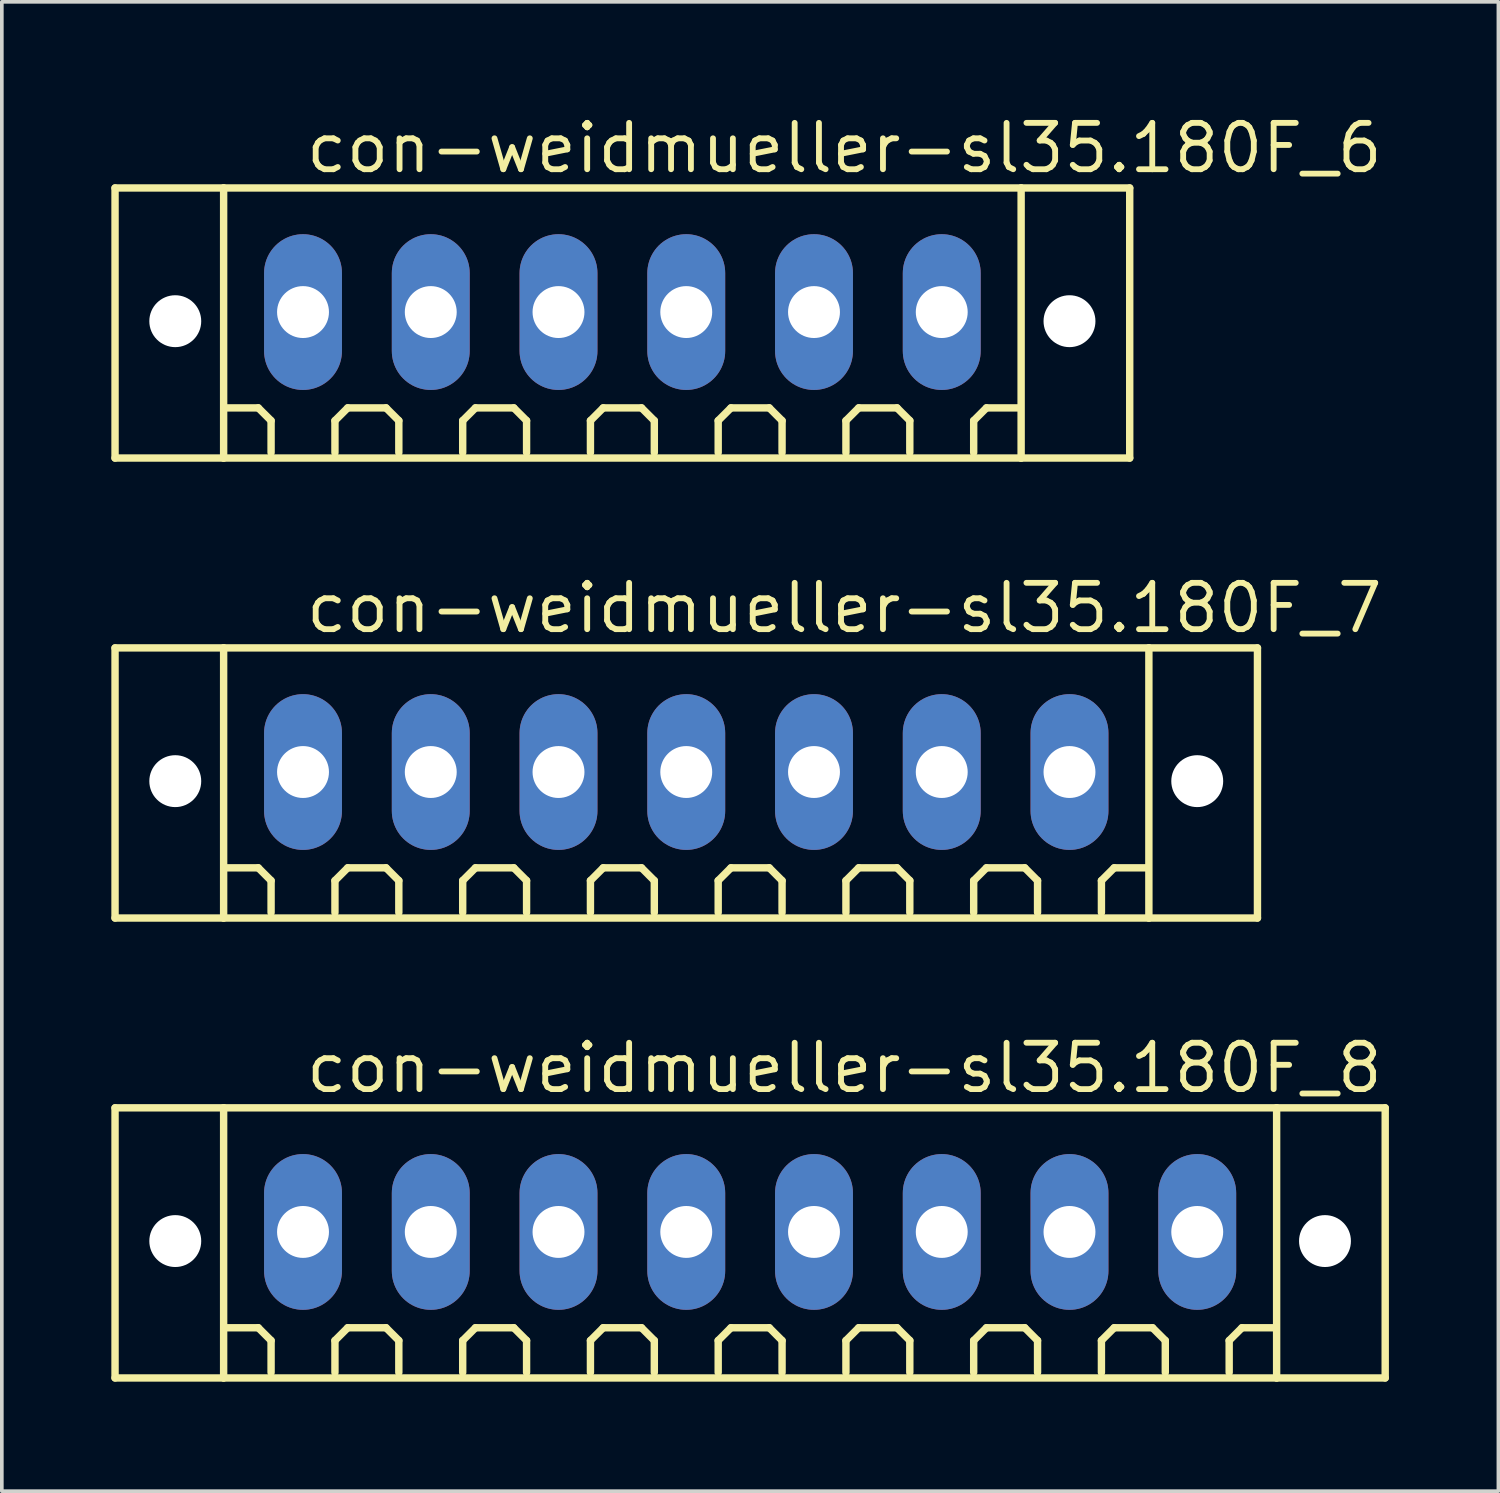
<source format=kicad_pcb>
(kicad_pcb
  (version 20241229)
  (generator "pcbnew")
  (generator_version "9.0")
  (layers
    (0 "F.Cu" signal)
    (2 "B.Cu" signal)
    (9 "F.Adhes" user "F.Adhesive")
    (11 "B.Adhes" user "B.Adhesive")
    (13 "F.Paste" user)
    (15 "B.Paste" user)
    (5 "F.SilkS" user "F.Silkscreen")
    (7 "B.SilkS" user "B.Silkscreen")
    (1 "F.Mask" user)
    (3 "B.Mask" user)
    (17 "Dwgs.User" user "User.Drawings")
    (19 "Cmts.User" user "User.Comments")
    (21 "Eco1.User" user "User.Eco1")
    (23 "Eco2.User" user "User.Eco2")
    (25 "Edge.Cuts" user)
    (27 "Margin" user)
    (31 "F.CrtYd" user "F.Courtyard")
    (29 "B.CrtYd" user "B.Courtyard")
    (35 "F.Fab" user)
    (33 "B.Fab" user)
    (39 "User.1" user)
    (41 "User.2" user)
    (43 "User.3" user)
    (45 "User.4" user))
  (footprint "con-weidmueller-sl35.180F_6"
    (layer "F.Cu")
    (at 14.002 5.5)
    (property "Reference" "con-weidmueller-sl35.180F_6" (at -8.75 -3.75 0) (layer "F.SilkS") (effects (font (size 1.27 1.27) (thickness 0.16)) (justify left bottom)))
    (attr through_hole)
    (fp_line (start -13.9 -3.4) (end -10.925 -3.4) (stroke (width 0.203) (type default)) (layer "F.SilkS"))
    (fp_line (start -13.9 4) (end -13.9 -3.4) (stroke (width 0.203) (type default)) (layer "F.SilkS"))
    (fp_line (start -10.925 -3.4) (end 10.925 -3.4) (stroke (width 0.203) (type default)) (layer "F.SilkS"))
    (fp_line (start -10.925 4) (end -13.9 4) (stroke (width 0.203) (type default)) (layer "F.SilkS"))
    (fp_line (start -10.925 4) (end -10.925 -3.4) (stroke (width 0.203) (type default)) (layer "F.SilkS"))
    (fp_line (start -9.975 2.625) (end -10.85 2.625) (stroke (width 0.203) (type default)) (layer "F.SilkS"))
    (fp_line (start -9.625 2.975) (end -9.975 2.625) (stroke (width 0.203) (type default)) (layer "F.SilkS"))
    (fp_line (start -9.625 3.85) (end -9.625 2.975) (stroke (width 0.203) (type default)) (layer "F.SilkS"))
    (fp_line (start -7.875 2.975) (end -7.525 2.625) (stroke (width 0.203) (type default)) (layer "F.SilkS"))
    (fp_line (start -7.875 3.85) (end -7.875 2.975) (stroke (width 0.203) (type default)) (layer "F.SilkS"))
    (fp_line (start -7.525 2.625) (end -6.475 2.625) (stroke (width 0.203) (type default)) (layer "F.SilkS"))
    (fp_line (start -6.475 2.625) (end -6.125 2.975) (stroke (width 0.203) (type default)) (layer "F.SilkS"))
    (fp_line (start -6.125 2.975) (end -6.125 3.85) (stroke (width 0.203) (type default)) (layer "F.SilkS"))
    (fp_line (start -4.375 2.975) (end -4.025 2.625) (stroke (width 0.203) (type default)) (layer "F.SilkS"))
    (fp_line (start -4.375 3.85) (end -4.375 2.975) (stroke (width 0.203) (type default)) (layer "F.SilkS"))
    (fp_line (start -4.025 2.625) (end -2.975 2.625) (stroke (width 0.203) (type default)) (layer "F.SilkS"))
    (fp_line (start -2.975 2.625) (end -2.625 2.975) (stroke (width 0.203) (type default)) (layer "F.SilkS"))
    (fp_line (start -2.625 2.975) (end -2.625 3.85) (stroke (width 0.203) (type default)) (layer "F.SilkS"))
    (fp_line (start -0.875 2.975) (end -0.525 2.625) (stroke (width 0.203) (type default)) (layer "F.SilkS"))
    (fp_line (start -0.875 3.85) (end -0.875 2.975) (stroke (width 0.203) (type default)) (layer "F.SilkS"))
    (fp_line (start -0.525 2.625) (end 0.525 2.625) (stroke (width 0.203) (type default)) (layer "F.SilkS"))
    (fp_line (start 0.525 2.625) (end 0.875 2.975) (stroke (width 0.203) (type default)) (layer "F.SilkS"))
    (fp_line (start 0.875 2.975) (end 0.875 3.85) (stroke (width 0.203) (type default)) (layer "F.SilkS"))
    (fp_line (start 2.625 2.975) (end 2.975 2.625) (stroke (width 0.203) (type default)) (layer "F.SilkS"))
    (fp_line (start 2.625 3.85) (end 2.625 2.975) (stroke (width 0.203) (type default)) (layer "F.SilkS"))
    (fp_line (start 2.975 2.625) (end 4.025 2.625) (stroke (width 0.203) (type default)) (layer "F.SilkS"))
    (fp_line (start 4.025 2.625) (end 4.375 2.975) (stroke (width 0.203) (type default)) (layer "F.SilkS"))
    (fp_line (start 4.375 2.975) (end 4.375 3.85) (stroke (width 0.203) (type default)) (layer "F.SilkS"))
    (fp_line (start 6.125 2.975) (end 6.475 2.625) (stroke (width 0.203) (type default)) (layer "F.SilkS"))
    (fp_line (start 6.125 3.85) (end 6.125 2.975) (stroke (width 0.203) (type default)) (layer "F.SilkS"))
    (fp_line (start 6.475 2.625) (end 7.525 2.625) (stroke (width 0.203) (type default)) (layer "F.SilkS"))
    (fp_line (start 7.525 2.625) (end 7.875 2.975) (stroke (width 0.203) (type default)) (layer "F.SilkS"))
    (fp_line (start 7.875 2.975) (end 7.875 3.85) (stroke (width 0.203) (type default)) (layer "F.SilkS"))
    (fp_line (start 9.625 2.975) (end 9.975 2.625) (stroke (width 0.203) (type default)) (layer "F.SilkS"))
    (fp_line (start 9.625 3.85) (end 9.625 2.975) (stroke (width 0.203) (type default)) (layer "F.SilkS"))
    (fp_line (start 9.975 2.625) (end 10.85 2.625) (stroke (width 0.203) (type default)) (layer "F.SilkS"))
    (fp_line (start 10.925 -3.4) (end 10.925 4) (stroke (width 0.203) (type default)) (layer "F.SilkS"))
    (fp_line (start 10.925 -3.4) (end 13.9 -3.4) (stroke (width 0.203) (type default)) (layer "F.SilkS"))
    (fp_line (start 10.925 4) (end -10.925 4) (stroke (width 0.203) (type default)) (layer "F.SilkS"))
    (fp_line (start 13.9 -3.4) (end 13.9 4) (stroke (width 0.203) (type default)) (layer "F.SilkS"))
    (fp_line (start 13.9 4) (end 10.925 4) (stroke (width 0.203) (type default)) (layer "F.SilkS"))
    (pad "" np_thru_hole circle (at -12.25 0.25) (size 1.422 1.422) (drill 1.422) (layers "*.Cu" "*.Mask"))
    (pad "" np_thru_hole circle (at 12.25 0.25) (size 1.422 1.422) (drill 1.422) (layers "*.Cu" "*.Mask"))
    (pad "1" thru_hole oval (at -8.75 0 90) (size 4.267 2.134) (drill 1.422) (layers "*.Cu" "*.Mask"))
    (pad "2" thru_hole oval (at -5.25 0 90) (size 4.267 2.134) (drill 1.422) (layers "*.Cu" "*.Mask"))
    (pad "3" thru_hole oval (at -1.75 0 90) (size 4.267 2.134) (drill 1.422) (layers "*.Cu" "*.Mask"))
    (pad "4" thru_hole oval (at 1.75 0 90) (size 4.267 2.134) (drill 1.422) (layers "*.Cu" "*.Mask"))
    (pad "5" thru_hole oval (at 5.25 0 90) (size 4.267 2.134) (drill 1.422) (layers "*.Cu" "*.Mask"))
    (pad "6" thru_hole oval (at 8.75 0 90) (size 4.267 2.134) (drill 1.422) (layers "*.Cu" "*.Mask")))
  (footprint "con-weidmueller-sl35.180F_7"
    (layer "F.Cu")
    (at 15.752 18.102)
    (property "Reference" "con-weidmueller-sl35.180F_7" (at -10.5 -3.75 0) (layer "F.SilkS") (effects (font (size 1.27 1.27) (thickness 0.16)) (justify left bottom)))
    (attr through_hole)
    (fp_line (start -15.65 -3.4) (end -12.675 -3.4) (stroke (width 0.203) (type default)) (layer "F.SilkS"))
    (fp_line (start -15.65 4) (end -15.65 -3.4) (stroke (width 0.203) (type default)) (layer "F.SilkS"))
    (fp_line (start -12.675 -3.4) (end 12.675 -3.4) (stroke (width 0.203) (type default)) (layer "F.SilkS"))
    (fp_line (start -12.675 4) (end -15.65 4) (stroke (width 0.203) (type default)) (layer "F.SilkS"))
    (fp_line (start -12.675 4) (end -12.675 -3.4) (stroke (width 0.203) (type default)) (layer "F.SilkS"))
    (fp_line (start -11.725 2.625) (end -12.6 2.625) (stroke (width 0.203) (type default)) (layer "F.SilkS"))
    (fp_line (start -11.375 2.975) (end -11.725 2.625) (stroke (width 0.203) (type default)) (layer "F.SilkS"))
    (fp_line (start -11.375 3.85) (end -11.375 2.975) (stroke (width 0.203) (type default)) (layer "F.SilkS"))
    (fp_line (start -9.625 2.975) (end -9.275 2.625) (stroke (width 0.203) (type default)) (layer "F.SilkS"))
    (fp_line (start -9.625 3.85) (end -9.625 2.975) (stroke (width 0.203) (type default)) (layer "F.SilkS"))
    (fp_line (start -9.275 2.625) (end -8.225 2.625) (stroke (width 0.203) (type default)) (layer "F.SilkS"))
    (fp_line (start -8.225 2.625) (end -7.875 2.975) (stroke (width 0.203) (type default)) (layer "F.SilkS"))
    (fp_line (start -7.875 2.975) (end -7.875 3.85) (stroke (width 0.203) (type default)) (layer "F.SilkS"))
    (fp_line (start -6.125 2.975) (end -5.775 2.625) (stroke (width 0.203) (type default)) (layer "F.SilkS"))
    (fp_line (start -6.125 3.85) (end -6.125 2.975) (stroke (width 0.203) (type default)) (layer "F.SilkS"))
    (fp_line (start -5.775 2.625) (end -4.725 2.625) (stroke (width 0.203) (type default)) (layer "F.SilkS"))
    (fp_line (start -4.725 2.625) (end -4.375 2.975) (stroke (width 0.203) (type default)) (layer "F.SilkS"))
    (fp_line (start -4.375 2.975) (end -4.375 3.85) (stroke (width 0.203) (type default)) (layer "F.SilkS"))
    (fp_line (start -2.625 2.975) (end -2.275 2.625) (stroke (width 0.203) (type default)) (layer "F.SilkS"))
    (fp_line (start -2.625 3.85) (end -2.625 2.975) (stroke (width 0.203) (type default)) (layer "F.SilkS"))
    (fp_line (start -2.275 2.625) (end -1.225 2.625) (stroke (width 0.203) (type default)) (layer "F.SilkS"))
    (fp_line (start -1.225 2.625) (end -0.875 2.975) (stroke (width 0.203) (type default)) (layer "F.SilkS"))
    (fp_line (start -0.875 2.975) (end -0.875 3.85) (stroke (width 0.203) (type default)) (layer "F.SilkS"))
    (fp_line (start 0.875 2.975) (end 1.225 2.625) (stroke (width 0.203) (type default)) (layer "F.SilkS"))
    (fp_line (start 0.875 3.85) (end 0.875 2.975) (stroke (width 0.203) (type default)) (layer "F.SilkS"))
    (fp_line (start 1.225 2.625) (end 2.275 2.625) (stroke (width 0.203) (type default)) (layer "F.SilkS"))
    (fp_line (start 2.275 2.625) (end 2.625 2.975) (stroke (width 0.203) (type default)) (layer "F.SilkS"))
    (fp_line (start 2.625 2.975) (end 2.625 3.85) (stroke (width 0.203) (type default)) (layer "F.SilkS"))
    (fp_line (start 4.375 2.975) (end 4.725 2.625) (stroke (width 0.203) (type default)) (layer "F.SilkS"))
    (fp_line (start 4.375 3.85) (end 4.375 2.975) (stroke (width 0.203) (type default)) (layer "F.SilkS"))
    (fp_line (start 4.725 2.625) (end 5.775 2.625) (stroke (width 0.203) (type default)) (layer "F.SilkS"))
    (fp_line (start 5.775 2.625) (end 6.125 2.975) (stroke (width 0.203) (type default)) (layer "F.SilkS"))
    (fp_line (start 6.125 2.975) (end 6.125 3.85) (stroke (width 0.203) (type default)) (layer "F.SilkS"))
    (fp_line (start 7.875 2.975) (end 8.225 2.625) (stroke (width 0.203) (type default)) (layer "F.SilkS"))
    (fp_line (start 7.875 3.85) (end 7.875 2.975) (stroke (width 0.203) (type default)) (layer "F.SilkS"))
    (fp_line (start 8.225 2.625) (end 9.275 2.625) (stroke (width 0.203) (type default)) (layer "F.SilkS"))
    (fp_line (start 9.275 2.625) (end 9.625 2.975) (stroke (width 0.203) (type default)) (layer "F.SilkS"))
    (fp_line (start 9.625 2.975) (end 9.625 3.85) (stroke (width 0.203) (type default)) (layer "F.SilkS"))
    (fp_line (start 11.375 2.975) (end 11.725 2.625) (stroke (width 0.203) (type default)) (layer "F.SilkS"))
    (fp_line (start 11.375 3.85) (end 11.375 2.975) (stroke (width 0.203) (type default)) (layer "F.SilkS"))
    (fp_line (start 11.725 2.625) (end 12.6 2.625) (stroke (width 0.203) (type default)) (layer "F.SilkS"))
    (fp_line (start 12.675 -3.4) (end 12.675 4) (stroke (width 0.203) (type default)) (layer "F.SilkS"))
    (fp_line (start 12.675 -3.4) (end 15.65 -3.4) (stroke (width 0.203) (type default)) (layer "F.SilkS"))
    (fp_line (start 12.675 4) (end -12.675 4) (stroke (width 0.203) (type default)) (layer "F.SilkS"))
    (fp_line (start 15.65 -3.4) (end 15.65 4) (stroke (width 0.203) (type default)) (layer "F.SilkS"))
    (fp_line (start 15.65 4) (end 12.675 4) (stroke (width 0.203) (type default)) (layer "F.SilkS"))
    (pad "" np_thru_hole circle (at -14 0.25) (size 1.422 1.422) (drill 1.422) (layers "*.Cu" "*.Mask"))
    (pad "" np_thru_hole circle (at 14 0.25) (size 1.422 1.422) (drill 1.422) (layers "*.Cu" "*.Mask"))
    (pad "1" thru_hole oval (at -10.5 0 90) (size 4.267 2.134) (drill 1.422) (layers "*.Cu" "*.Mask"))
    (pad "2" thru_hole oval (at -7 0 90) (size 4.267 2.134) (drill 1.422) (layers "*.Cu" "*.Mask"))
    (pad "3" thru_hole oval (at -3.5 0 90) (size 4.267 2.134) (drill 1.422) (layers "*.Cu" "*.Mask"))
    (pad "4" thru_hole oval (at 0 0 90) (size 4.267 2.134) (drill 1.422) (layers "*.Cu" "*.Mask"))
    (pad "5" thru_hole oval (at 3.5 0 90) (size 4.267 2.134) (drill 1.422) (layers "*.Cu" "*.Mask"))
    (pad "6" thru_hole oval (at 7 0 90) (size 4.267 2.134) (drill 1.422) (layers "*.Cu" "*.Mask"))
    (pad "7" thru_hole oval (at 10.5 0 90) (size 4.267 2.134) (drill 1.422) (layers "*.Cu" "*.Mask")))
  (footprint "con-weidmueller-sl35.180F_8"
    (layer "F.Cu")
    (at 17.502 30.703)
    (property "Reference" "con-weidmueller-sl35.180F_8" (at -12.25 -3.75 0) (layer "F.SilkS") (effects (font (size 1.27 1.27) (thickness 0.16)) (justify left bottom)))
    (attr through_hole)
    (fp_line (start -17.4 -3.4) (end -14.425 -3.4) (stroke (width 0.203) (type default)) (layer "F.SilkS"))
    (fp_line (start -17.4 4) (end -17.4 -3.4) (stroke (width 0.203) (type default)) (layer "F.SilkS"))
    (fp_line (start -14.425 -3.4) (end 14.425 -3.4) (stroke (width 0.203) (type default)) (layer "F.SilkS"))
    (fp_line (start -14.425 4) (end -17.4 4) (stroke (width 0.203) (type default)) (layer "F.SilkS"))
    (fp_line (start -14.425 4) (end -14.425 -3.4) (stroke (width 0.203) (type default)) (layer "F.SilkS"))
    (fp_line (start -13.475 2.625) (end -14.35 2.625) (stroke (width 0.203) (type default)) (layer "F.SilkS"))
    (fp_line (start -13.125 2.975) (end -13.475 2.625) (stroke (width 0.203) (type default)) (layer "F.SilkS"))
    (fp_line (start -13.125 3.85) (end -13.125 2.975) (stroke (width 0.203) (type default)) (layer "F.SilkS"))
    (fp_line (start -11.375 2.975) (end -11.025 2.625) (stroke (width 0.203) (type default)) (layer "F.SilkS"))
    (fp_line (start -11.375 3.85) (end -11.375 2.975) (stroke (width 0.203) (type default)) (layer "F.SilkS"))
    (fp_line (start -11.025 2.625) (end -9.975 2.625) (stroke (width 0.203) (type default)) (layer "F.SilkS"))
    (fp_line (start -9.975 2.625) (end -9.625 2.975) (stroke (width 0.203) (type default)) (layer "F.SilkS"))
    (fp_line (start -9.625 2.975) (end -9.625 3.85) (stroke (width 0.203) (type default)) (layer "F.SilkS"))
    (fp_line (start -7.875 2.975) (end -7.525 2.625) (stroke (width 0.203) (type default)) (layer "F.SilkS"))
    (fp_line (start -7.875 3.85) (end -7.875 2.975) (stroke (width 0.203) (type default)) (layer "F.SilkS"))
    (fp_line (start -7.525 2.625) (end -6.475 2.625) (stroke (width 0.203) (type default)) (layer "F.SilkS"))
    (fp_line (start -6.475 2.625) (end -6.125 2.975) (stroke (width 0.203) (type default)) (layer "F.SilkS"))
    (fp_line (start -6.125 2.975) (end -6.125 3.85) (stroke (width 0.203) (type default)) (layer "F.SilkS"))
    (fp_line (start -4.375 2.975) (end -4.025 2.625) (stroke (width 0.203) (type default)) (layer "F.SilkS"))
    (fp_line (start -4.375 3.85) (end -4.375 2.975) (stroke (width 0.203) (type default)) (layer "F.SilkS"))
    (fp_line (start -4.025 2.625) (end -2.975 2.625) (stroke (width 0.203) (type default)) (layer "F.SilkS"))
    (fp_line (start -2.975 2.625) (end -2.625 2.975) (stroke (width 0.203) (type default)) (layer "F.SilkS"))
    (fp_line (start -2.625 2.975) (end -2.625 3.85) (stroke (width 0.203) (type default)) (layer "F.SilkS"))
    (fp_line (start -0.875 2.975) (end -0.525 2.625) (stroke (width 0.203) (type default)) (layer "F.SilkS"))
    (fp_line (start -0.875 3.85) (end -0.875 2.975) (stroke (width 0.203) (type default)) (layer "F.SilkS"))
    (fp_line (start -0.525 2.625) (end 0.525 2.625) (stroke (width 0.203) (type default)) (layer "F.SilkS"))
    (fp_line (start 0.525 2.625) (end 0.875 2.975) (stroke (width 0.203) (type default)) (layer "F.SilkS"))
    (fp_line (start 0.875 2.975) (end 0.875 3.85) (stroke (width 0.203) (type default)) (layer "F.SilkS"))
    (fp_line (start 2.625 2.975) (end 2.975 2.625) (stroke (width 0.203) (type default)) (layer "F.SilkS"))
    (fp_line (start 2.625 3.85) (end 2.625 2.975) (stroke (width 0.203) (type default)) (layer "F.SilkS"))
    (fp_line (start 2.975 2.625) (end 4.025 2.625) (stroke (width 0.203) (type default)) (layer "F.SilkS"))
    (fp_line (start 4.025 2.625) (end 4.375 2.975) (stroke (width 0.203) (type default)) (layer "F.SilkS"))
    (fp_line (start 4.375 2.975) (end 4.375 3.85) (stroke (width 0.203) (type default)) (layer "F.SilkS"))
    (fp_line (start 6.125 2.975) (end 6.475 2.625) (stroke (width 0.203) (type default)) (layer "F.SilkS"))
    (fp_line (start 6.125 3.85) (end 6.125 2.975) (stroke (width 0.203) (type default)) (layer "F.SilkS"))
    (fp_line (start 6.475 2.625) (end 7.525 2.625) (stroke (width 0.203) (type default)) (layer "F.SilkS"))
    (fp_line (start 7.525 2.625) (end 7.875 2.975) (stroke (width 0.203) (type default)) (layer "F.SilkS"))
    (fp_line (start 7.875 2.975) (end 7.875 3.85) (stroke (width 0.203) (type default)) (layer "F.SilkS"))
    (fp_line (start 9.625 2.975) (end 9.975 2.625) (stroke (width 0.203) (type default)) (layer "F.SilkS"))
    (fp_line (start 9.625 3.85) (end 9.625 2.975) (stroke (width 0.203) (type default)) (layer "F.SilkS"))
    (fp_line (start 9.975 2.625) (end 11.025 2.625) (stroke (width 0.203) (type default)) (layer "F.SilkS"))
    (fp_line (start 11.025 2.625) (end 11.375 2.975) (stroke (width 0.203) (type default)) (layer "F.SilkS"))
    (fp_line (start 11.375 2.975) (end 11.375 3.85) (stroke (width 0.203) (type default)) (layer "F.SilkS"))
    (fp_line (start 13.125 2.975) (end 13.475 2.625) (stroke (width 0.203) (type default)) (layer "F.SilkS"))
    (fp_line (start 13.125 3.85) (end 13.125 2.975) (stroke (width 0.203) (type default)) (layer "F.SilkS"))
    (fp_line (start 13.475 2.625) (end 14.35 2.625) (stroke (width 0.203) (type default)) (layer "F.SilkS"))
    (fp_line (start 14.425 -3.4) (end 14.425 4) (stroke (width 0.203) (type default)) (layer "F.SilkS"))
    (fp_line (start 14.425 -3.4) (end 17.4 -3.4) (stroke (width 0.203) (type default)) (layer "F.SilkS"))
    (fp_line (start 14.425 4) (end -14.425 4) (stroke (width 0.203) (type default)) (layer "F.SilkS"))
    (fp_line (start 17.4 -3.4) (end 17.4 4) (stroke (width 0.203) (type default)) (layer "F.SilkS"))
    (fp_line (start 17.4 4) (end 14.425 4) (stroke (width 0.203) (type default)) (layer "F.SilkS"))
    (pad "" np_thru_hole circle (at -15.75 0.25) (size 1.422 1.422) (drill 1.422) (layers "*.Cu" "*.Mask"))
    (pad "" np_thru_hole circle (at 15.75 0.25) (size 1.422 1.422) (drill 1.422) (layers "*.Cu" "*.Mask"))
    (pad "1" thru_hole oval (at -12.25 0 90) (size 4.267 2.134) (drill 1.422) (layers "*.Cu" "*.Mask"))
    (pad "2" thru_hole oval (at -8.75 0 90) (size 4.267 2.134) (drill 1.422) (layers "*.Cu" "*.Mask"))
    (pad "3" thru_hole oval (at -5.25 0 90) (size 4.267 2.134) (drill 1.422) (layers "*.Cu" "*.Mask"))
    (pad "4" thru_hole oval (at -1.75 0 90) (size 4.267 2.134) (drill 1.422) (layers "*.Cu" "*.Mask"))
    (pad "5" thru_hole oval (at 1.75 0 90) (size 4.267 2.134) (drill 1.422) (layers "*.Cu" "*.Mask"))
    (pad "6" thru_hole oval (at 5.25 0 90) (size 4.267 2.134) (drill 1.422) (layers "*.Cu" "*.Mask"))
    (pad "7" thru_hole oval (at 8.75 0 90) (size 4.267 2.134) (drill 1.422) (layers "*.Cu" "*.Mask"))
    (pad "8" thru_hole oval (at 12.25 0 90) (size 4.267 2.134) (drill 1.422) (layers "*.Cu" "*.Mask")))
  (gr_rect
    (start -3 -3)
    (end 38.003 37.805)
    (stroke (width 0.1) (type default))
    (fill no)
    (layer "Edge.Cuts")))
</source>
